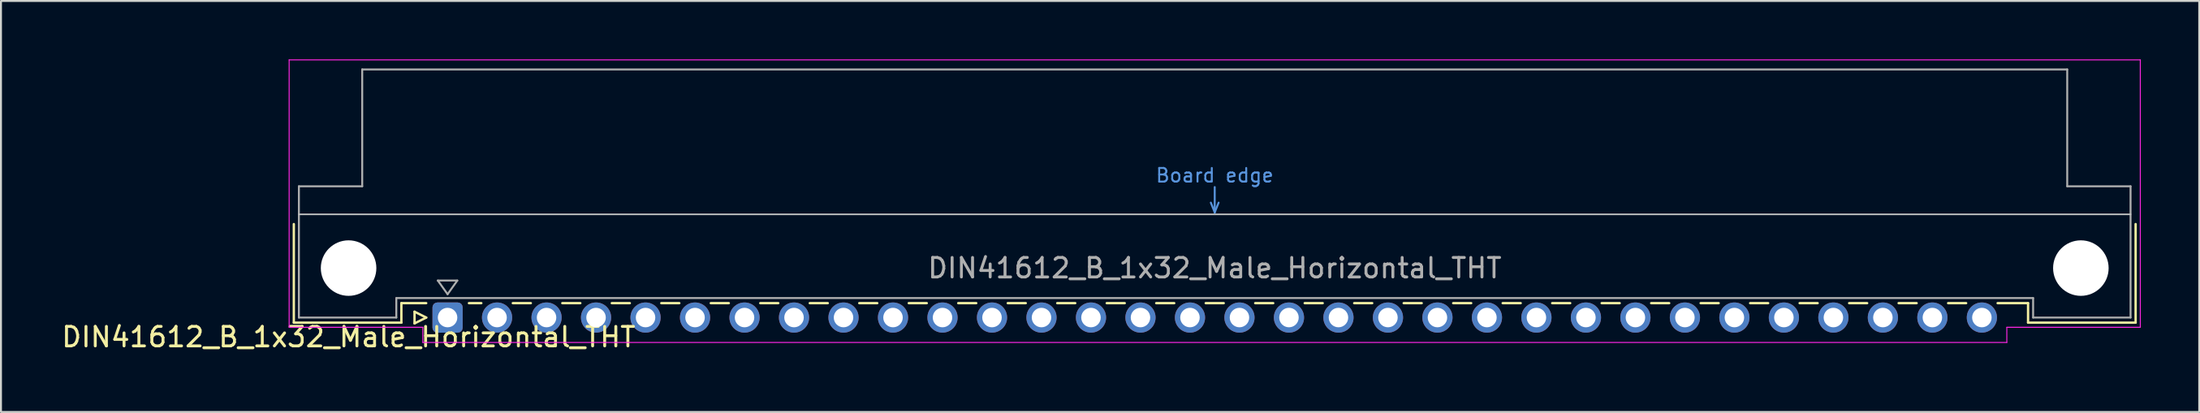
<source format=kicad_pcb>
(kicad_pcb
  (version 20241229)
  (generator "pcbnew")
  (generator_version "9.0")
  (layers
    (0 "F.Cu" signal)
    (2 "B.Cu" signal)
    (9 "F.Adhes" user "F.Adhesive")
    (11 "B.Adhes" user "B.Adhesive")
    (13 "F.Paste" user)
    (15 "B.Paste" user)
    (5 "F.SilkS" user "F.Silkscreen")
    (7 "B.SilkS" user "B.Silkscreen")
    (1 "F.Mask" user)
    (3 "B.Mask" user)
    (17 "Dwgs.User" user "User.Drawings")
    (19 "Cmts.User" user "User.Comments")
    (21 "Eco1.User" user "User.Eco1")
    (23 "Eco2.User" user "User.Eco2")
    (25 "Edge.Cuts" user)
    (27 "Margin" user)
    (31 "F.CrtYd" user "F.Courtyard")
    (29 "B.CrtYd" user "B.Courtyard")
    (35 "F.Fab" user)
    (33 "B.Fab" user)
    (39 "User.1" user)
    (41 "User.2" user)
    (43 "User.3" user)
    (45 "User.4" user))
  (footprint "DIN41612_B_1x32_Male_Horizontal_THT"
    (layer "F.Cu")
    (at 19.919 13.255)
    (property "Reference" "DIN41612_B_1x32_Male_Horizontal_THT" (at -5.08 1 0) (layer "F.SilkS") (effects (font (size 1 1) (thickness 0.15))))
    (attr through_hole)
    (fp_line (start -7.89 -4.8) (end -7.89 0.26) (stroke (width 0.12) (type solid)) (layer "F.SilkS"))
    (fp_line (start -7.89 0.26) (end -2.37 0.26) (stroke (width 0.12) (type solid)) (layer "F.SilkS"))
    (fp_line (start -2.37 -0.74) (end -1.095 -0.74) (stroke (width 0.12) (type solid)) (layer "F.SilkS"))
    (fp_line (start -2.37 0.26) (end -2.37 -0.74) (stroke (width 0.12) (type solid)) (layer "F.SilkS"))
    (fp_line (start -1.695 -0.3) (end -1.695 0.3) (stroke (width 0.12) (type solid)) (layer "F.SilkS"))
    (fp_line (start -1.695 0.3) (end -1.095 0) (stroke (width 0.12) (type solid)) (layer "F.SilkS"))
    (fp_line (start -1.095 0) (end -1.695 -0.3) (stroke (width 0.12) (type solid)) (layer "F.SilkS"))
    (fp_line (start 1.095 -0.74) (end 1.733 -0.74) (stroke (width 0.12) (type solid)) (layer "F.SilkS"))
    (fp_line (start 3.347 -0.74) (end 4.273 -0.74) (stroke (width 0.12) (type solid)) (layer "F.SilkS"))
    (fp_line (start 5.887 -0.74) (end 6.813 -0.74) (stroke (width 0.12) (type solid)) (layer "F.SilkS"))
    (fp_line (start 8.427 -0.74) (end 9.353 -0.74) (stroke (width 0.12) (type solid)) (layer "F.SilkS"))
    (fp_line (start 10.967 -0.74) (end 11.893 -0.74) (stroke (width 0.12) (type solid)) (layer "F.SilkS"))
    (fp_line (start 13.507 -0.74) (end 14.433 -0.74) (stroke (width 0.12) (type solid)) (layer "F.SilkS"))
    (fp_line (start 16.047 -0.74) (end 16.973 -0.74) (stroke (width 0.12) (type solid)) (layer "F.SilkS"))
    (fp_line (start 18.587 -0.74) (end 19.513 -0.74) (stroke (width 0.12) (type solid)) (layer "F.SilkS"))
    (fp_line (start 21.127 -0.74) (end 22.053 -0.74) (stroke (width 0.12) (type solid)) (layer "F.SilkS"))
    (fp_line (start 23.667 -0.74) (end 24.593 -0.74) (stroke (width 0.12) (type solid)) (layer "F.SilkS"))
    (fp_line (start 26.207 -0.74) (end 27.133 -0.74) (stroke (width 0.12) (type solid)) (layer "F.SilkS"))
    (fp_line (start 28.747 -0.74) (end 29.673 -0.74) (stroke (width 0.12) (type solid)) (layer "F.SilkS"))
    (fp_line (start 31.287 -0.74) (end 32.213 -0.74) (stroke (width 0.12) (type solid)) (layer "F.SilkS"))
    (fp_line (start 33.827 -0.74) (end 34.753 -0.74) (stroke (width 0.12) (type solid)) (layer "F.SilkS"))
    (fp_line (start 36.367 -0.74) (end 37.293 -0.74) (stroke (width 0.12) (type solid)) (layer "F.SilkS"))
    (fp_line (start 38.907 -0.74) (end 39.833 -0.74) (stroke (width 0.12) (type solid)) (layer "F.SilkS"))
    (fp_line (start 41.447 -0.74) (end 42.373 -0.74) (stroke (width 0.12) (type solid)) (layer "F.SilkS"))
    (fp_line (start 43.987 -0.74) (end 44.913 -0.74) (stroke (width 0.12) (type solid)) (layer "F.SilkS"))
    (fp_line (start 46.527 -0.74) (end 47.453 -0.74) (stroke (width 0.12) (type solid)) (layer "F.SilkS"))
    (fp_line (start 49.067 -0.74) (end 49.993 -0.74) (stroke (width 0.12) (type solid)) (layer "F.SilkS"))
    (fp_line (start 51.607 -0.74) (end 52.533 -0.74) (stroke (width 0.12) (type solid)) (layer "F.SilkS"))
    (fp_line (start 54.147 -0.74) (end 55.073 -0.74) (stroke (width 0.12) (type solid)) (layer "F.SilkS"))
    (fp_line (start 56.687 -0.74) (end 57.613 -0.74) (stroke (width 0.12) (type solid)) (layer "F.SilkS"))
    (fp_line (start 59.227 -0.74) (end 60.153 -0.74) (stroke (width 0.12) (type solid)) (layer "F.SilkS"))
    (fp_line (start 61.767 -0.74) (end 62.693 -0.74) (stroke (width 0.12) (type solid)) (layer "F.SilkS"))
    (fp_line (start 64.307 -0.74) (end 65.233 -0.74) (stroke (width 0.12) (type solid)) (layer "F.SilkS"))
    (fp_line (start 66.847 -0.74) (end 67.773 -0.74) (stroke (width 0.12) (type solid)) (layer "F.SilkS"))
    (fp_line (start 69.387 -0.74) (end 70.313 -0.74) (stroke (width 0.12) (type solid)) (layer "F.SilkS"))
    (fp_line (start 71.927 -0.74) (end 72.853 -0.74) (stroke (width 0.12) (type solid)) (layer "F.SilkS"))
    (fp_line (start 74.467 -0.74) (end 75.393 -0.74) (stroke (width 0.12) (type solid)) (layer "F.SilkS"))
    (fp_line (start 77.007 -0.74) (end 77.933 -0.74) (stroke (width 0.12) (type solid)) (layer "F.SilkS"))
    (fp_line (start 79.547 -0.74) (end 81.11 -0.74) (stroke (width 0.12) (type solid)) (layer "F.SilkS"))
    (fp_line (start 81.11 0.26) (end 81.11 -0.74) (stroke (width 0.12) (type solid)) (layer "F.SilkS"))
    (fp_line (start 86.63 -4.8) (end 86.63 0.26) (stroke (width 0.12) (type solid)) (layer "F.SilkS"))
    (fp_line (start 86.63 0.26) (end 81.11 0.26) (stroke (width 0.12) (type solid)) (layer "F.SilkS"))
    (fp_line (start -7.63 -5.3) (end 86.37 -5.3) (stroke (width 0.08) (type solid)) (layer "Dwgs.User"))
    (fp_line (start 39.17 -5.9) (end 39.37 -5.4) (stroke (width 0.1) (type solid)) (layer "Cmts.User"))
    (fp_line (start 39.37 -5.4) (end 39.37 -6.7) (stroke (width 0.1) (type solid)) (layer "Cmts.User"))
    (fp_line (start 39.37 -5.4) (end 39.57 -5.9) (stroke (width 0.1) (type solid)) (layer "Cmts.User"))
    (fp_line (start -8.13 -13.23) (end -8.13 0.5) (stroke (width 0.05) (type solid)) (layer "F.CrtYd"))
    (fp_line (start -8.13 0.5) (end -1.27 0.5) (stroke (width 0.05) (type solid)) (layer "F.CrtYd"))
    (fp_line (start -1.27 0.5) (end -1.27 1.28) (stroke (width 0.05) (type solid)) (layer "F.CrtYd"))
    (fp_line (start -1.27 1.28) (end 80.02 1.28) (stroke (width 0.05) (type solid)) (layer "F.CrtYd"))
    (fp_line (start 80.02 0.5) (end 86.87 0.5) (stroke (width 0.05) (type solid)) (layer "F.CrtYd"))
    (fp_line (start 80.02 1.28) (end 80.02 0.5) (stroke (width 0.05) (type solid)) (layer "F.CrtYd"))
    (fp_line (start 86.87 -13.23) (end -8.13 -13.23) (stroke (width 0.05) (type solid)) (layer "F.CrtYd"))
    (fp_line (start 86.87 0.5) (end 86.87 -13.23) (stroke (width 0.05) (type solid)) (layer "F.CrtYd"))
    (fp_line (start -7.63 -6.74) (end -7.63 0) (stroke (width 0.1) (type solid)) (layer "F.Fab"))
    (fp_line (start -7.63 0) (end -2.63 0) (stroke (width 0.1) (type solid)) (layer "F.Fab"))
    (fp_line (start -4.38 -12.74) (end -4.38 -6.74) (stroke (width 0.1) (type solid)) (layer "F.Fab"))
    (fp_line (start -4.38 -6.74) (end -7.63 -6.74) (stroke (width 0.1) (type solid)) (layer "F.Fab"))
    (fp_line (start -2.63 -1) (end 81.37 -1) (stroke (width 0.1) (type solid)) (layer "F.Fab"))
    (fp_line (start -2.63 0) (end -2.63 -1) (stroke (width 0.1) (type solid)) (layer "F.Fab"))
    (fp_line (start -0.5 -1.9) (end 0.5 -1.9) (stroke (width 0.1) (type solid)) (layer "F.Fab"))
    (fp_line (start 0 -1.2) (end -0.5 -1.9) (stroke (width 0.1) (type solid)) (layer "F.Fab"))
    (fp_line (start 0.5 -1.9) (end 0 -1.2) (stroke (width 0.1) (type solid)) (layer "F.Fab"))
    (fp_line (start 81.37 -1) (end 81.37 0) (stroke (width 0.1) (type solid)) (layer "F.Fab"))
    (fp_line (start 81.37 0) (end 86.37 0) (stroke (width 0.1) (type solid)) (layer "F.Fab"))
    (fp_line (start 83.12 -12.74) (end -4.38 -12.74) (stroke (width 0.1) (type solid)) (layer "F.Fab"))
    (fp_line (start 83.12 -6.74) (end 83.12 -12.74) (stroke (width 0.1) (type solid)) (layer "F.Fab"))
    (fp_line (start 86.37 -6.74) (end 83.12 -6.74) (stroke (width 0.1) (type solid)) (layer "F.Fab"))
    (fp_line (start 86.37 0) (end 86.37 -6.74) (stroke (width 0.1) (type solid)) (layer "F.Fab"))
    (fp_text user "Board edge" (at 39.37 -7.3 0) (layer "Cmts.User") (effects (font (size 0.7 0.7) (thickness 0.1))))
    (fp_text user "${REFERENCE}" (at 39.37 -2.54 0) (layer "F.Fab") (effects (font (size 1 1) (thickness 0.15))))
    (pad "" np_thru_hole circle (at -5.08 -2.54) (size 2.85 2.85) (drill 2.85) (layers "*.Cu" "*.Mask"))
    (pad "" np_thru_hole circle (at 83.82 -2.54) (size 2.85 2.85) (drill 2.85) (layers "*.Cu" "*.Mask"))
    (pad "a1" thru_hole roundrect (at 0 0) (size 1.55 1.55) (drill 1) (layers "*.Cu" "*.Mask") (roundrect_rratio 0.161))
    (pad "a2" thru_hole circle (at 2.54 0) (size 1.55 1.55) (drill 1) (layers "*.Cu" "*.Mask"))
    (pad "a3" thru_hole circle (at 5.08 0) (size 1.55 1.55) (drill 1) (layers "*.Cu" "*.Mask"))
    (pad "a4" thru_hole circle (at 7.62 0) (size 1.55 1.55) (drill 1) (layers "*.Cu" "*.Mask"))
    (pad "a5" thru_hole circle (at 10.16 0) (size 1.55 1.55) (drill 1) (layers "*.Cu" "*.Mask"))
    (pad "a6" thru_hole circle (at 12.7 0) (size 1.55 1.55) (drill 1) (layers "*.Cu" "*.Mask"))
    (pad "a7" thru_hole circle (at 15.24 0) (size 1.55 1.55) (drill 1) (layers "*.Cu" "*.Mask"))
    (pad "a8" thru_hole circle (at 17.78 0) (size 1.55 1.55) (drill 1) (layers "*.Cu" "*.Mask"))
    (pad "a9" thru_hole circle (at 20.32 0) (size 1.55 1.55) (drill 1) (layers "*.Cu" "*.Mask"))
    (pad "a10" thru_hole circle (at 22.86 0) (size 1.55 1.55) (drill 1) (layers "*.Cu" "*.Mask"))
    (pad "a11" thru_hole circle (at 25.4 0) (size 1.55 1.55) (drill 1) (layers "*.Cu" "*.Mask"))
    (pad "a12" thru_hole circle (at 27.94 0) (size 1.55 1.55) (drill 1) (layers "*.Cu" "*.Mask"))
    (pad "a13" thru_hole circle (at 30.48 0) (size 1.55 1.55) (drill 1) (layers "*.Cu" "*.Mask"))
    (pad "a14" thru_hole circle (at 33.02 0) (size 1.55 1.55) (drill 1) (layers "*.Cu" "*.Mask"))
    (pad "a15" thru_hole circle (at 35.56 0) (size 1.55 1.55) (drill 1) (layers "*.Cu" "*.Mask"))
    (pad "a16" thru_hole circle (at 38.1 0) (size 1.55 1.55) (drill 1) (layers "*.Cu" "*.Mask"))
    (pad "a17" thru_hole circle (at 40.64 0) (size 1.55 1.55) (drill 1) (layers "*.Cu" "*.Mask"))
    (pad "a18" thru_hole circle (at 43.18 0) (size 1.55 1.55) (drill 1) (layers "*.Cu" "*.Mask"))
    (pad "a19" thru_hole circle (at 45.72 0) (size 1.55 1.55) (drill 1) (layers "*.Cu" "*.Mask"))
    (pad "a20" thru_hole circle (at 48.26 0) (size 1.55 1.55) (drill 1) (layers "*.Cu" "*.Mask"))
    (pad "a21" thru_hole circle (at 50.8 0) (size 1.55 1.55) (drill 1) (layers "*.Cu" "*.Mask"))
    (pad "a22" thru_hole circle (at 53.34 0) (size 1.55 1.55) (drill 1) (layers "*.Cu" "*.Mask"))
    (pad "a23" thru_hole circle (at 55.88 0) (size 1.55 1.55) (drill 1) (layers "*.Cu" "*.Mask"))
    (pad "a24" thru_hole circle (at 58.42 0) (size 1.55 1.55) (drill 1) (layers "*.Cu" "*.Mask"))
    (pad "a25" thru_hole circle (at 60.96 0) (size 1.55 1.55) (drill 1) (layers "*.Cu" "*.Mask"))
    (pad "a26" thru_hole circle (at 63.5 0) (size 1.55 1.55) (drill 1) (layers "*.Cu" "*.Mask"))
    (pad "a27" thru_hole circle (at 66.04 0) (size 1.55 1.55) (drill 1) (layers "*.Cu" "*.Mask"))
    (pad "a28" thru_hole circle (at 68.58 0) (size 1.55 1.55) (drill 1) (layers "*.Cu" "*.Mask"))
    (pad "a29" thru_hole circle (at 71.12 0) (size 1.55 1.55) (drill 1) (layers "*.Cu" "*.Mask"))
    (pad "a30" thru_hole circle (at 73.66 0) (size 1.55 1.55) (drill 1) (layers "*.Cu" "*.Mask"))
    (pad "a31" thru_hole circle (at 76.2 0) (size 1.55 1.55) (drill 1) (layers "*.Cu" "*.Mask"))
    (pad "a32" thru_hole circle (at 78.74 0) (size 1.55 1.55) (drill 1) (layers "*.Cu" "*.Mask")))
  (gr_rect
    (start -3 -3)
    (end 109.814 18.103)
    (stroke (width 0.1) (type default))
    (fill no)
    (layer "Edge.Cuts")))
</source>
